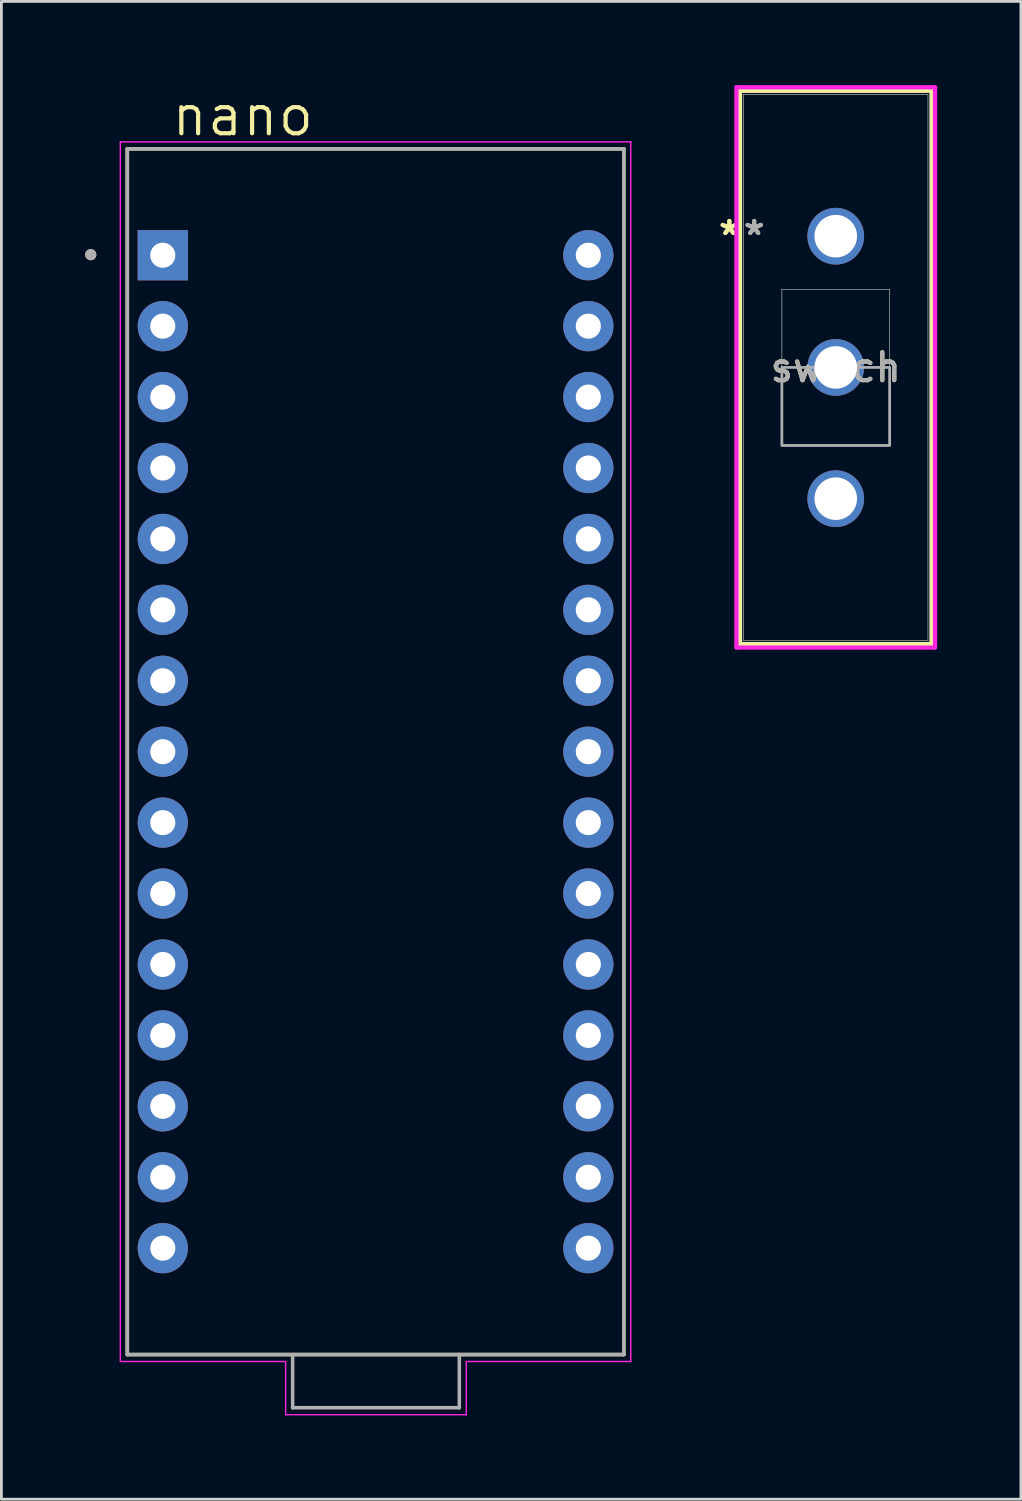
<source format=kicad_pcb>
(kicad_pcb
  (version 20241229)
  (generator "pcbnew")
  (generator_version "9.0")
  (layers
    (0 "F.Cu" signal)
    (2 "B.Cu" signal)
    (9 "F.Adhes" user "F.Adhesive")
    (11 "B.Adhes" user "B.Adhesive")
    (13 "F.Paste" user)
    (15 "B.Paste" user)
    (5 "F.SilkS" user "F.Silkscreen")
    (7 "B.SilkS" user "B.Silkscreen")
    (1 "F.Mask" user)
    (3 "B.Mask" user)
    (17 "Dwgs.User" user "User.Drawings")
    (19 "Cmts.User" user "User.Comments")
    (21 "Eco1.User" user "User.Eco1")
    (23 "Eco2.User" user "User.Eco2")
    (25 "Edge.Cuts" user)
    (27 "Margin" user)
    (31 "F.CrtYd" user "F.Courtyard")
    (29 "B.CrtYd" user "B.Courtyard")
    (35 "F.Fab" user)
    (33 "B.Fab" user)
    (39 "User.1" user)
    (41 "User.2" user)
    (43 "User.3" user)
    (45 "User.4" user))
  (footprint "switch"
    (layer "F.Cu")
    (at 26.881 5.409)
    (property "Reference" "switch" (at 0 4.7 0) (unlocked yes) (layer "F.SilkS") (effects (font (size 1 1) (thickness 0.15))))
    (attr through_hole)
    (fp_line (start -3.429 -5.206) (end -3.429 14.606) (stroke (width 0.152) (type solid)) (layer "F.SilkS"))
    (fp_line (start -3.429 14.606) (end 3.429 14.606) (stroke (width 0.152) (type solid)) (layer "F.SilkS"))
    (fp_line (start 3.429 -5.206) (end -3.429 -5.206) (stroke (width 0.152) (type solid)) (layer "F.SilkS"))
    (fp_line (start 3.429 14.606) (end 3.429 -5.206) (stroke (width 0.152) (type solid)) (layer "F.SilkS"))
    (fp_line (start -3.556 -5.333) (end -3.556 14.733) (stroke (width 0.152) (type solid)) (layer "F.CrtYd"))
    (fp_line (start -3.556 14.733) (end 3.556 14.733) (stroke (width 0.152) (type solid)) (layer "F.CrtYd"))
    (fp_line (start 3.556 -5.333) (end -3.556 -5.333) (stroke (width 0.152) (type solid)) (layer "F.CrtYd"))
    (fp_line (start 3.556 14.733) (end 3.556 -5.333) (stroke (width 0.152) (type solid)) (layer "F.CrtYd"))
    (fp_line (start -3.302 -5.079) (end -3.302 14.479) (stroke (width 0.025) (type solid)) (layer "F.Fab"))
    (fp_line (start -3.302 14.479) (end 3.302 14.479) (stroke (width 0.025) (type solid)) (layer "F.Fab"))
    (fp_line (start -1.93 1.906) (end 1.93 1.906) (stroke (width 0.025) (type solid)) (layer "F.Fab"))
    (fp_line (start -1.93 7.494) (end -1.93 1.906) (stroke (width 0.025) (type solid)) (layer "F.Fab"))
    (fp_line (start 1.93 1.906) (end 1.93 7.494) (stroke (width 0.025) (type solid)) (layer "F.Fab"))
    (fp_line (start 1.93 7.494) (end -1.93 7.494) (stroke (width 0.025) (type solid)) (layer "F.Fab"))
    (fp_line (start 3.302 -5.079) (end -3.302 -5.079) (stroke (width 0.025) (type solid)) (layer "F.Fab"))
    (fp_line (start 3.302 14.479) (end 3.302 -5.079) (stroke (width 0.025) (type solid)) (layer "F.Fab"))
    (fp_poly (pts (xy -1.93 7.494) (xy -1.93 4.7) (xy 1.93 4.7) (xy 1.93 7.494)) (stroke (width 0.1) (type solid)) (fill no) (layer "F.Fab"))
    (fp_text user "*" (at -3.81 0 0) (layer "F.SilkS") (effects (font (size 1 1) (thickness 0.15))))
    (fp_text user "*" (at -3.81 0 0) (unlocked yes) (layer "F.SilkS") (effects (font (size 1 1) (thickness 0.15))))
    (fp_text user "*" (at -2.921 0 0) (layer "F.Fab") (effects (font (size 1 1) (thickness 0.15))))
    (fp_text user "*" (at -2.921 0 0) (unlocked yes) (layer "F.Fab") (effects (font (size 1 1) (thickness 0.15))))
    (fp_text user "${REFERENCE}" (at 0 4.7 0) (unlocked yes) (layer "F.Fab") (effects (font (size 1 1) (thickness 0.15))))
    (pad "1" thru_hole circle (at 0 0) (size 2.032 2.032) (drill 1.524) (layers "*.Cu" "*.Mask"))
    (pad "2" thru_hole circle (at 0 4.7) (size 2.032 2.032) (drill 1.524) (layers "*.Cu" "*.Mask"))
    (pad "3" thru_hole circle (at 0 9.4) (size 2.032 2.032) (drill 1.524) (layers "*.Cu" "*.Mask")))
  (footprint "nano"
    (layer "F.Cu")
    (at 10.4 23.871)
    (property "Reference" "nano" (at -4.755 -22.789 0) (layer "F.SilkS") (effects (font (size 1.4 1.4) (thickness 0.15))))
    (attr through_hole)
    (fp_line (start -8.89 -21.59) (end 8.89 -21.59) (stroke (width 0.127) (type solid)) (layer "F.SilkS"))
    (fp_line (start -8.89 21.59) (end -8.89 -21.59) (stroke (width 0.127) (type solid)) (layer "F.SilkS"))
    (fp_line (start 8.89 -21.59) (end 8.89 21.59) (stroke (width 0.127) (type solid)) (layer "F.SilkS"))
    (fp_line (start 8.89 21.59) (end -8.89 21.59) (stroke (width 0.127) (type solid)) (layer "F.SilkS"))
    (fp_circle (center -10.2 -17.8) (end -10.1 -17.8) (stroke (width 0.2) (type solid)) (fill no) (layer "F.SilkS"))
    (fp_line (start -9.14 -21.84) (end 9.14 -21.84) (stroke (width 0.05) (type solid)) (layer "F.CrtYd"))
    (fp_line (start -9.14 21.84) (end -9.14 -21.84) (stroke (width 0.05) (type solid)) (layer "F.CrtYd"))
    (fp_line (start -9.14 21.84) (end -3.22 21.84) (stroke (width 0.05) (type solid)) (layer "F.CrtYd"))
    (fp_line (start -3.22 21.84) (end -3.22 23.745) (stroke (width 0.05) (type solid)) (layer "F.CrtYd"))
    (fp_line (start -3.22 23.745) (end 3.25 23.745) (stroke (width 0.05) (type solid)) (layer "F.CrtYd"))
    (fp_line (start 3.25 21.84) (end 9.14 21.84) (stroke (width 0.05) (type solid)) (layer "F.CrtYd"))
    (fp_line (start 3.25 23.745) (end 3.25 21.84) (stroke (width 0.05) (type solid)) (layer "F.CrtYd"))
    (fp_line (start 9.14 -21.84) (end 9.14 21.84) (stroke (width 0.05) (type solid)) (layer "F.CrtYd"))
    (fp_line (start -8.89 -21.59) (end 8.89 -21.59) (stroke (width 0.127) (type solid)) (layer "F.Fab"))
    (fp_line (start -8.89 21.59) (end -8.89 -21.59) (stroke (width 0.127) (type solid)) (layer "F.Fab"))
    (fp_line (start -2.97 21.59) (end -8.89 21.59) (stroke (width 0.127) (type solid)) (layer "F.Fab"))
    (fp_line (start -2.97 21.59) (end -2.97 23.495) (stroke (width 0.127) (type solid)) (layer "F.Fab"))
    (fp_line (start -2.97 23.495) (end 3 23.495) (stroke (width 0.127) (type solid)) (layer "F.Fab"))
    (fp_line (start 3 21.59) (end -2.97 21.59) (stroke (width 0.127) (type solid)) (layer "F.Fab"))
    (fp_line (start 3 23.495) (end 3 21.59) (stroke (width 0.127) (type solid)) (layer "F.Fab"))
    (fp_line (start 8.89 -21.59) (end 8.89 21.59) (stroke (width 0.127) (type solid)) (layer "F.Fab"))
    (fp_line (start 8.89 21.59) (end 3 21.59) (stroke (width 0.127) (type solid)) (layer "F.Fab"))
    (fp_circle (center -10.2 -17.8) (end -10.1 -17.8) (stroke (width 0.2) (type solid)) (fill no) (layer "F.Fab"))
    (pad "1" thru_hole rect (at -7.62 -17.78) (size 1.8 1.8) (drill 0.9) (layers "*.Cu" "*.Mask"))
    (pad "2" thru_hole circle (at -7.62 -15.24) (size 1.8 1.8) (drill 0.9) (layers "*.Cu" "*.Mask"))
    (pad "3" thru_hole circle (at -7.62 -12.7) (size 1.8 1.8) (drill 0.9) (layers "*.Cu" "*.Mask"))
    (pad "4" thru_hole circle (at -7.62 -10.16) (size 1.8 1.8) (drill 0.9) (layers "*.Cu" "*.Mask"))
    (pad "5" thru_hole circle (at -7.62 -7.62) (size 1.8 1.8) (drill 0.9) (layers "*.Cu" "*.Mask"))
    (pad "6" thru_hole circle (at -7.62 -5.08) (size 1.8 1.8) (drill 0.9) (layers "*.Cu" "*.Mask"))
    (pad "7" thru_hole circle (at -7.62 -2.54) (size 1.8 1.8) (drill 0.9) (layers "*.Cu" "*.Mask"))
    (pad "8" thru_hole circle (at -7.62 0) (size 1.8 1.8) (drill 0.9) (layers "*.Cu" "*.Mask"))
    (pad "9" thru_hole circle (at -7.62 2.54) (size 1.8 1.8) (drill 0.9) (layers "*.Cu" "*.Mask"))
    (pad "10" thru_hole circle (at -7.62 5.08) (size 1.8 1.8) (drill 0.9) (layers "*.Cu" "*.Mask"))
    (pad "11" thru_hole circle (at -7.62 7.62) (size 1.8 1.8) (drill 0.9) (layers "*.Cu" "*.Mask"))
    (pad "12" thru_hole circle (at -7.62 10.16) (size 1.8 1.8) (drill 0.9) (layers "*.Cu" "*.Mask"))
    (pad "13" thru_hole circle (at -7.62 12.7) (size 1.8 1.8) (drill 0.9) (layers "*.Cu" "*.Mask"))
    (pad "14" thru_hole circle (at -7.62 15.24) (size 1.8 1.8) (drill 0.9) (layers "*.Cu" "*.Mask"))
    (pad "15" thru_hole circle (at -7.62 17.78) (size 1.8 1.8) (drill 0.9) (layers "*.Cu" "*.Mask"))
    (pad "16" thru_hole circle (at 7.62 17.78) (size 1.8 1.8) (drill 0.9) (layers "*.Cu" "*.Mask"))
    (pad "17" thru_hole circle (at 7.62 15.24) (size 1.8 1.8) (drill 0.9) (layers "*.Cu" "*.Mask"))
    (pad "18" thru_hole circle (at 7.62 12.7) (size 1.8 1.8) (drill 0.9) (layers "*.Cu" "*.Mask"))
    (pad "19" thru_hole circle (at 7.62 10.16) (size 1.8 1.8) (drill 0.9) (layers "*.Cu" "*.Mask"))
    (pad "20" thru_hole circle (at 7.62 7.62) (size 1.8 1.8) (drill 0.9) (layers "*.Cu" "*.Mask"))
    (pad "21" thru_hole circle (at 7.62 5.08) (size 1.8 1.8) (drill 0.9) (layers "*.Cu" "*.Mask"))
    (pad "22" thru_hole circle (at 7.62 2.54) (size 1.8 1.8) (drill 0.9) (layers "*.Cu" "*.Mask"))
    (pad "23" thru_hole circle (at 7.62 0) (size 1.8 1.8) (drill 0.9) (layers "*.Cu" "*.Mask"))
    (pad "24" thru_hole circle (at 7.62 -2.54) (size 1.8 1.8) (drill 0.9) (layers "*.Cu" "*.Mask"))
    (pad "25" thru_hole circle (at 7.62 -5.08) (size 1.8 1.8) (drill 0.9) (layers "*.Cu" "*.Mask"))
    (pad "26" thru_hole circle (at 7.62 -7.62) (size 1.8 1.8) (drill 0.9) (layers "*.Cu" "*.Mask"))
    (pad "27" thru_hole circle (at 7.62 -10.16) (size 1.8 1.8) (drill 0.9) (layers "*.Cu" "*.Mask"))
    (pad "28" thru_hole circle (at 7.62 -12.7) (size 1.8 1.8) (drill 0.9) (layers "*.Cu" "*.Mask"))
    (pad "29" thru_hole circle (at 7.62 -15.24) (size 1.8 1.8) (drill 0.9) (layers "*.Cu" "*.Mask"))
    (pad "30" thru_hole circle (at 7.62 -17.78) (size 1.8 1.8) (drill 0.9) (layers "*.Cu" "*.Mask")))
  (gr_rect
    (start -3 -3)
    (end 33.513 50.641)
    (stroke (width 0.1) (type default))
    (fill no)
    (layer "Edge.Cuts")))
</source>
